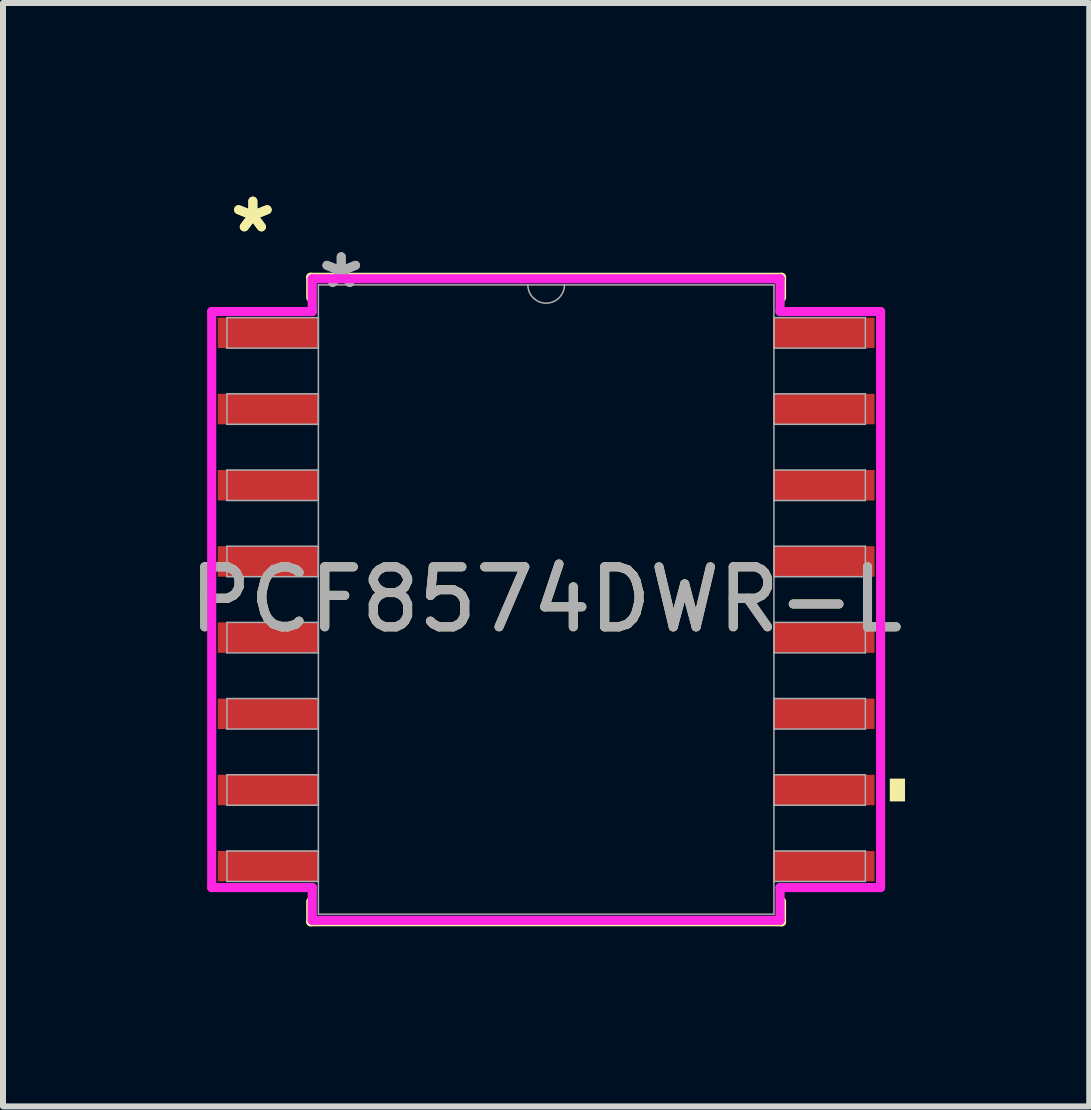
<source format=kicad_pcb>
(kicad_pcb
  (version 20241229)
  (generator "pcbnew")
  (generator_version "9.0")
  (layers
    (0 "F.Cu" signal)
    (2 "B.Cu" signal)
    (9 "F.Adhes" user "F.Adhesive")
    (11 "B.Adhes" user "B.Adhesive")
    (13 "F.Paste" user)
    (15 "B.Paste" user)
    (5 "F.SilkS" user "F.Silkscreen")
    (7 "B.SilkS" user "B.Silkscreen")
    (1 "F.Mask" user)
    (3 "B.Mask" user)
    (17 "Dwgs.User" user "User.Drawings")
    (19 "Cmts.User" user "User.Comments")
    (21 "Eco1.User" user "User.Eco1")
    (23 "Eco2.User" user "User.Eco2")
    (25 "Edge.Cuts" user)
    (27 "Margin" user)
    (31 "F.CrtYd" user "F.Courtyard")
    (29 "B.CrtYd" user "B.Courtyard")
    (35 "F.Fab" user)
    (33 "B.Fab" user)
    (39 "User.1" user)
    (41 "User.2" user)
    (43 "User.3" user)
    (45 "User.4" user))
  (footprint "PCF8574DWR-L"
    (layer "F.Cu")
    (at 6.054 6.944)
    (property "Reference" "PCF8574DWR-L" (at 0 0 0) (unlocked yes) (layer "F.SilkS") (effects (font (size 1 1) (thickness 0.15))))
    (attr smd)
    (fp_line (start -3.924 -5.372) (end -3.924 -5.032) (stroke (width 0.152) (type solid)) (layer "F.SilkS"))
    (fp_line (start -3.924 5.032) (end -3.924 5.372) (stroke (width 0.152) (type solid)) (layer "F.SilkS"))
    (fp_line (start -3.924 5.372) (end 3.924 5.372) (stroke (width 0.152) (type solid)) (layer "F.SilkS"))
    (fp_line (start 3.924 -5.372) (end -3.924 -5.372) (stroke (width 0.152) (type solid)) (layer "F.SilkS"))
    (fp_line (start 3.924 -5.032) (end 3.924 -5.372) (stroke (width 0.152) (type solid)) (layer "F.SilkS"))
    (fp_line (start 3.924 5.372) (end 3.924 5.032) (stroke (width 0.152) (type solid)) (layer "F.SilkS"))
    (fp_poly (pts (xy 5.982 2.985) (xy 5.982 3.365) (xy 5.728 3.365) (xy 5.728 2.985)) (stroke (width 0) (type solid)) (fill yes) (layer "F.SilkS"))
    (fp_line (start -5.575 -4.801) (end -3.899 -4.801) (stroke (width 0.152) (type solid)) (layer "F.CrtYd"))
    (fp_line (start -5.575 4.801) (end -5.575 -4.801) (stroke (width 0.152) (type solid)) (layer "F.CrtYd"))
    (fp_line (start -5.575 4.801) (end -3.899 4.801) (stroke (width 0.152) (type solid)) (layer "F.CrtYd"))
    (fp_line (start -3.899 -5.347) (end 3.899 -5.347) (stroke (width 0.152) (type solid)) (layer "F.CrtYd"))
    (fp_line (start -3.899 -4.801) (end -3.899 -5.347) (stroke (width 0.152) (type solid)) (layer "F.CrtYd"))
    (fp_line (start -3.899 5.347) (end -3.899 4.801) (stroke (width 0.152) (type solid)) (layer "F.CrtYd"))
    (fp_line (start 3.899 -5.347) (end 3.899 -4.801) (stroke (width 0.152) (type solid)) (layer "F.CrtYd"))
    (fp_line (start 3.899 4.801) (end 3.899 5.347) (stroke (width 0.152) (type solid)) (layer "F.CrtYd"))
    (fp_line (start 3.899 5.347) (end -3.899 5.347) (stroke (width 0.152) (type solid)) (layer "F.CrtYd"))
    (fp_line (start 5.575 -4.801) (end 3.899 -4.801) (stroke (width 0.152) (type solid)) (layer "F.CrtYd"))
    (fp_line (start 5.575 -4.801) (end 5.575 4.801) (stroke (width 0.152) (type solid)) (layer "F.CrtYd"))
    (fp_line (start 5.575 4.801) (end 3.899 4.801) (stroke (width 0.152) (type solid)) (layer "F.CrtYd"))
    (fp_line (start -5.321 -4.699) (end -5.321 -4.191) (stroke (width 0.025) (type solid)) (layer "F.Fab"))
    (fp_line (start -5.321 -4.191) (end -3.797 -4.191) (stroke (width 0.025) (type solid)) (layer "F.Fab"))
    (fp_line (start -5.321 -3.429) (end -5.321 -2.921) (stroke (width 0.025) (type solid)) (layer "F.Fab"))
    (fp_line (start -5.321 -2.921) (end -3.797 -2.921) (stroke (width 0.025) (type solid)) (layer "F.Fab"))
    (fp_line (start -5.321 -2.159) (end -5.321 -1.651) (stroke (width 0.025) (type solid)) (layer "F.Fab"))
    (fp_line (start -5.321 -1.651) (end -3.797 -1.651) (stroke (width 0.025) (type solid)) (layer "F.Fab"))
    (fp_line (start -5.321 -0.889) (end -5.321 -0.381) (stroke (width 0.025) (type solid)) (layer "F.Fab"))
    (fp_line (start -5.321 -0.381) (end -3.797 -0.381) (stroke (width 0.025) (type solid)) (layer "F.Fab"))
    (fp_line (start -5.321 0.381) (end -5.321 0.889) (stroke (width 0.025) (type solid)) (layer "F.Fab"))
    (fp_line (start -5.321 0.889) (end -3.797 0.889) (stroke (width 0.025) (type solid)) (layer "F.Fab"))
    (fp_line (start -5.321 1.651) (end -5.321 2.159) (stroke (width 0.025) (type solid)) (layer "F.Fab"))
    (fp_line (start -5.321 2.159) (end -3.797 2.159) (stroke (width 0.025) (type solid)) (layer "F.Fab"))
    (fp_line (start -5.321 2.921) (end -5.321 3.429) (stroke (width 0.025) (type solid)) (layer "F.Fab"))
    (fp_line (start -5.321 3.429) (end -3.797 3.429) (stroke (width 0.025) (type solid)) (layer "F.Fab"))
    (fp_line (start -5.321 4.191) (end -5.321 4.699) (stroke (width 0.025) (type solid)) (layer "F.Fab"))
    (fp_line (start -5.321 4.699) (end -3.797 4.699) (stroke (width 0.025) (type solid)) (layer "F.Fab"))
    (fp_line (start -3.797 -5.245) (end -3.797 5.245) (stroke (width 0.025) (type solid)) (layer "F.Fab"))
    (fp_line (start -3.797 -4.699) (end -5.321 -4.699) (stroke (width 0.025) (type solid)) (layer "F.Fab"))
    (fp_line (start -3.797 -4.191) (end -3.797 -4.699) (stroke (width 0.025) (type solid)) (layer "F.Fab"))
    (fp_line (start -3.797 -3.429) (end -5.321 -3.429) (stroke (width 0.025) (type solid)) (layer "F.Fab"))
    (fp_line (start -3.797 -2.921) (end -3.797 -3.429) (stroke (width 0.025) (type solid)) (layer "F.Fab"))
    (fp_line (start -3.797 -2.159) (end -5.321 -2.159) (stroke (width 0.025) (type solid)) (layer "F.Fab"))
    (fp_line (start -3.797 -1.651) (end -3.797 -2.159) (stroke (width 0.025) (type solid)) (layer "F.Fab"))
    (fp_line (start -3.797 -0.889) (end -5.321 -0.889) (stroke (width 0.025) (type solid)) (layer "F.Fab"))
    (fp_line (start -3.797 -0.381) (end -3.797 -0.889) (stroke (width 0.025) (type solid)) (layer "F.Fab"))
    (fp_line (start -3.797 0.381) (end -5.321 0.381) (stroke (width 0.025) (type solid)) (layer "F.Fab"))
    (fp_line (start -3.797 0.889) (end -3.797 0.381) (stroke (width 0.025) (type solid)) (layer "F.Fab"))
    (fp_line (start -3.797 1.651) (end -5.321 1.651) (stroke (width 0.025) (type solid)) (layer "F.Fab"))
    (fp_line (start -3.797 2.159) (end -3.797 1.651) (stroke (width 0.025) (type solid)) (layer "F.Fab"))
    (fp_line (start -3.797 2.921) (end -5.321 2.921) (stroke (width 0.025) (type solid)) (layer "F.Fab"))
    (fp_line (start -3.797 3.429) (end -3.797 2.921) (stroke (width 0.025) (type solid)) (layer "F.Fab"))
    (fp_line (start -3.797 4.191) (end -5.321 4.191) (stroke (width 0.025) (type solid)) (layer "F.Fab"))
    (fp_line (start -3.797 4.699) (end -3.797 4.191) (stroke (width 0.025) (type solid)) (layer "F.Fab"))
    (fp_line (start -3.797 5.245) (end 3.797 5.245) (stroke (width 0.025) (type solid)) (layer "F.Fab"))
    (fp_line (start 3.797 -5.245) (end -3.797 -5.245) (stroke (width 0.025) (type solid)) (layer "F.Fab"))
    (fp_line (start 3.797 -4.699) (end 3.797 -4.191) (stroke (width 0.025) (type solid)) (layer "F.Fab"))
    (fp_line (start 3.797 -4.191) (end 5.321 -4.191) (stroke (width 0.025) (type solid)) (layer "F.Fab"))
    (fp_line (start 3.797 -3.429) (end 3.797 -2.921) (stroke (width 0.025) (type solid)) (layer "F.Fab"))
    (fp_line (start 3.797 -2.921) (end 5.321 -2.921) (stroke (width 0.025) (type solid)) (layer "F.Fab"))
    (fp_line (start 3.797 -2.159) (end 3.797 -1.651) (stroke (width 0.025) (type solid)) (layer "F.Fab"))
    (fp_line (start 3.797 -1.651) (end 5.321 -1.651) (stroke (width 0.025) (type solid)) (layer "F.Fab"))
    (fp_line (start 3.797 -0.889) (end 3.797 -0.381) (stroke (width 0.025) (type solid)) (layer "F.Fab"))
    (fp_line (start 3.797 -0.381) (end 5.321 -0.381) (stroke (width 0.025) (type solid)) (layer "F.Fab"))
    (fp_line (start 3.797 0.381) (end 3.797 0.889) (stroke (width 0.025) (type solid)) (layer "F.Fab"))
    (fp_line (start 3.797 0.889) (end 5.321 0.889) (stroke (width 0.025) (type solid)) (layer "F.Fab"))
    (fp_line (start 3.797 1.651) (end 3.797 2.159) (stroke (width 0.025) (type solid)) (layer "F.Fab"))
    (fp_line (start 3.797 2.159) (end 5.321 2.159) (stroke (width 0.025) (type solid)) (layer "F.Fab"))
    (fp_line (start 3.797 2.921) (end 3.797 3.429) (stroke (width 0.025) (type solid)) (layer "F.Fab"))
    (fp_line (start 3.797 3.429) (end 5.321 3.429) (stroke (width 0.025) (type solid)) (layer "F.Fab"))
    (fp_line (start 3.797 4.191) (end 3.797 4.699) (stroke (width 0.025) (type solid)) (layer "F.Fab"))
    (fp_line (start 3.797 4.699) (end 5.321 4.699) (stroke (width 0.025) (type solid)) (layer "F.Fab"))
    (fp_line (start 3.797 5.245) (end 3.797 -5.245) (stroke (width 0.025) (type solid)) (layer "F.Fab"))
    (fp_line (start 5.321 -4.699) (end 3.797 -4.699) (stroke (width 0.025) (type solid)) (layer "F.Fab"))
    (fp_line (start 5.321 -4.191) (end 5.321 -4.699) (stroke (width 0.025) (type solid)) (layer "F.Fab"))
    (fp_line (start 5.321 -3.429) (end 3.797 -3.429) (stroke (width 0.025) (type solid)) (layer "F.Fab"))
    (fp_line (start 5.321 -2.921) (end 5.321 -3.429) (stroke (width 0.025) (type solid)) (layer "F.Fab"))
    (fp_line (start 5.321 -2.159) (end 3.797 -2.159) (stroke (width 0.025) (type solid)) (layer "F.Fab"))
    (fp_line (start 5.321 -1.651) (end 5.321 -2.159) (stroke (width 0.025) (type solid)) (layer "F.Fab"))
    (fp_line (start 5.321 -0.889) (end 3.797 -0.889) (stroke (width 0.025) (type solid)) (layer "F.Fab"))
    (fp_line (start 5.321 -0.381) (end 5.321 -0.889) (stroke (width 0.025) (type solid)) (layer "F.Fab"))
    (fp_line (start 5.321 0.381) (end 3.797 0.381) (stroke (width 0.025) (type solid)) (layer "F.Fab"))
    (fp_line (start 5.321 0.889) (end 5.321 0.381) (stroke (width 0.025) (type solid)) (layer "F.Fab"))
    (fp_line (start 5.321 1.651) (end 3.797 1.651) (stroke (width 0.025) (type solid)) (layer "F.Fab"))
    (fp_line (start 5.321 2.159) (end 5.321 1.651) (stroke (width 0.025) (type solid)) (layer "F.Fab"))
    (fp_line (start 5.321 2.921) (end 3.797 2.921) (stroke (width 0.025) (type solid)) (layer "F.Fab"))
    (fp_line (start 5.321 3.429) (end 5.321 2.921) (stroke (width 0.025) (type solid)) (layer "F.Fab"))
    (fp_line (start 5.321 4.191) (end 3.797 4.191) (stroke (width 0.025) (type solid)) (layer "F.Fab"))
    (fp_line (start 5.321 4.699) (end 5.321 4.191) (stroke (width 0.025) (type solid)) (layer "F.Fab"))
    (fp_arc (start 0.3048 -5.2451) (mid 0 -4.9403) (end -0.3048 -5.2451) (stroke (width 0.0254) (type solid)) (layer "F.Fab"))
    (fp_text user "*" (at -4.889 -6.096 0) (layer "F.SilkS") (effects (font (size 1 1) (thickness 0.15))))
    (fp_text user "*" (at -4.889 -6.096 0) (unlocked yes) (layer "F.SilkS") (effects (font (size 1 1) (thickness 0.15))))
    (fp_text user "*" (at -3.416 -5.169 0) (unlocked yes) (layer "F.Fab") (effects (font (size 1 1) (thickness 0.15))))
    (fp_text user "${REFERENCE}" (at 0 0 0) (unlocked yes) (layer "F.Fab") (effects (font (size 1 1) (thickness 0.15))))
    (fp_text user "*" (at -3.416 -5.169 0) (layer "F.Fab") (effects (font (size 1 1) (thickness 0.15))))
    (pad "1" smd rect (at -4.636 -4.445) (size 1.676 0.508) (layers "F.Cu" "F.Mask" "F.Paste"))
    (pad "2" smd rect (at -4.636 -3.175) (size 1.676 0.508) (layers "F.Cu" "F.Mask" "F.Paste"))
    (pad "3" smd rect (at -4.636 -1.905) (size 1.676 0.508) (layers "F.Cu" "F.Mask" "F.Paste"))
    (pad "4" smd rect (at -4.636 -0.635) (size 1.676 0.508) (layers "F.Cu" "F.Mask" "F.Paste"))
    (pad "5" smd rect (at -4.636 0.635) (size 1.676 0.508) (layers "F.Cu" "F.Mask" "F.Paste"))
    (pad "6" smd rect (at -4.636 1.905) (size 1.676 0.508) (layers "F.Cu" "F.Mask" "F.Paste"))
    (pad "7" smd rect (at -4.636 3.175) (size 1.676 0.508) (layers "F.Cu" "F.Mask" "F.Paste"))
    (pad "8" smd rect (at -4.636 4.445) (size 1.676 0.508) (layers "F.Cu" "F.Mask" "F.Paste"))
    (pad "9" smd rect (at 4.636 4.445) (size 1.676 0.508) (layers "F.Cu" "F.Mask" "F.Paste"))
    (pad "10" smd rect (at 4.636 3.175) (size 1.676 0.508) (layers "F.Cu" "F.Mask" "F.Paste"))
    (pad "11" smd rect (at 4.636 1.905) (size 1.676 0.508) (layers "F.Cu" "F.Mask" "F.Paste"))
    (pad "12" smd rect (at 4.636 0.635) (size 1.676 0.508) (layers "F.Cu" "F.Mask" "F.Paste"))
    (pad "13" smd rect (at 4.636 -0.635) (size 1.676 0.508) (layers "F.Cu" "F.Mask" "F.Paste"))
    (pad "14" smd rect (at 4.636 -1.905) (size 1.676 0.508) (layers "F.Cu" "F.Mask" "F.Paste"))
    (pad "15" smd rect (at 4.636 -3.175) (size 1.676 0.508) (layers "F.Cu" "F.Mask" "F.Paste"))
    (pad "16" smd rect (at 4.636 -4.445) (size 1.676 0.508) (layers "F.Cu" "F.Mask" "F.Paste")))
  (gr_rect
    (start -3 -3)
    (end 15.107 15.393)
    (stroke (width 0.1) (type default))
    (fill no)
    (layer "Edge.Cuts")))
</source>
